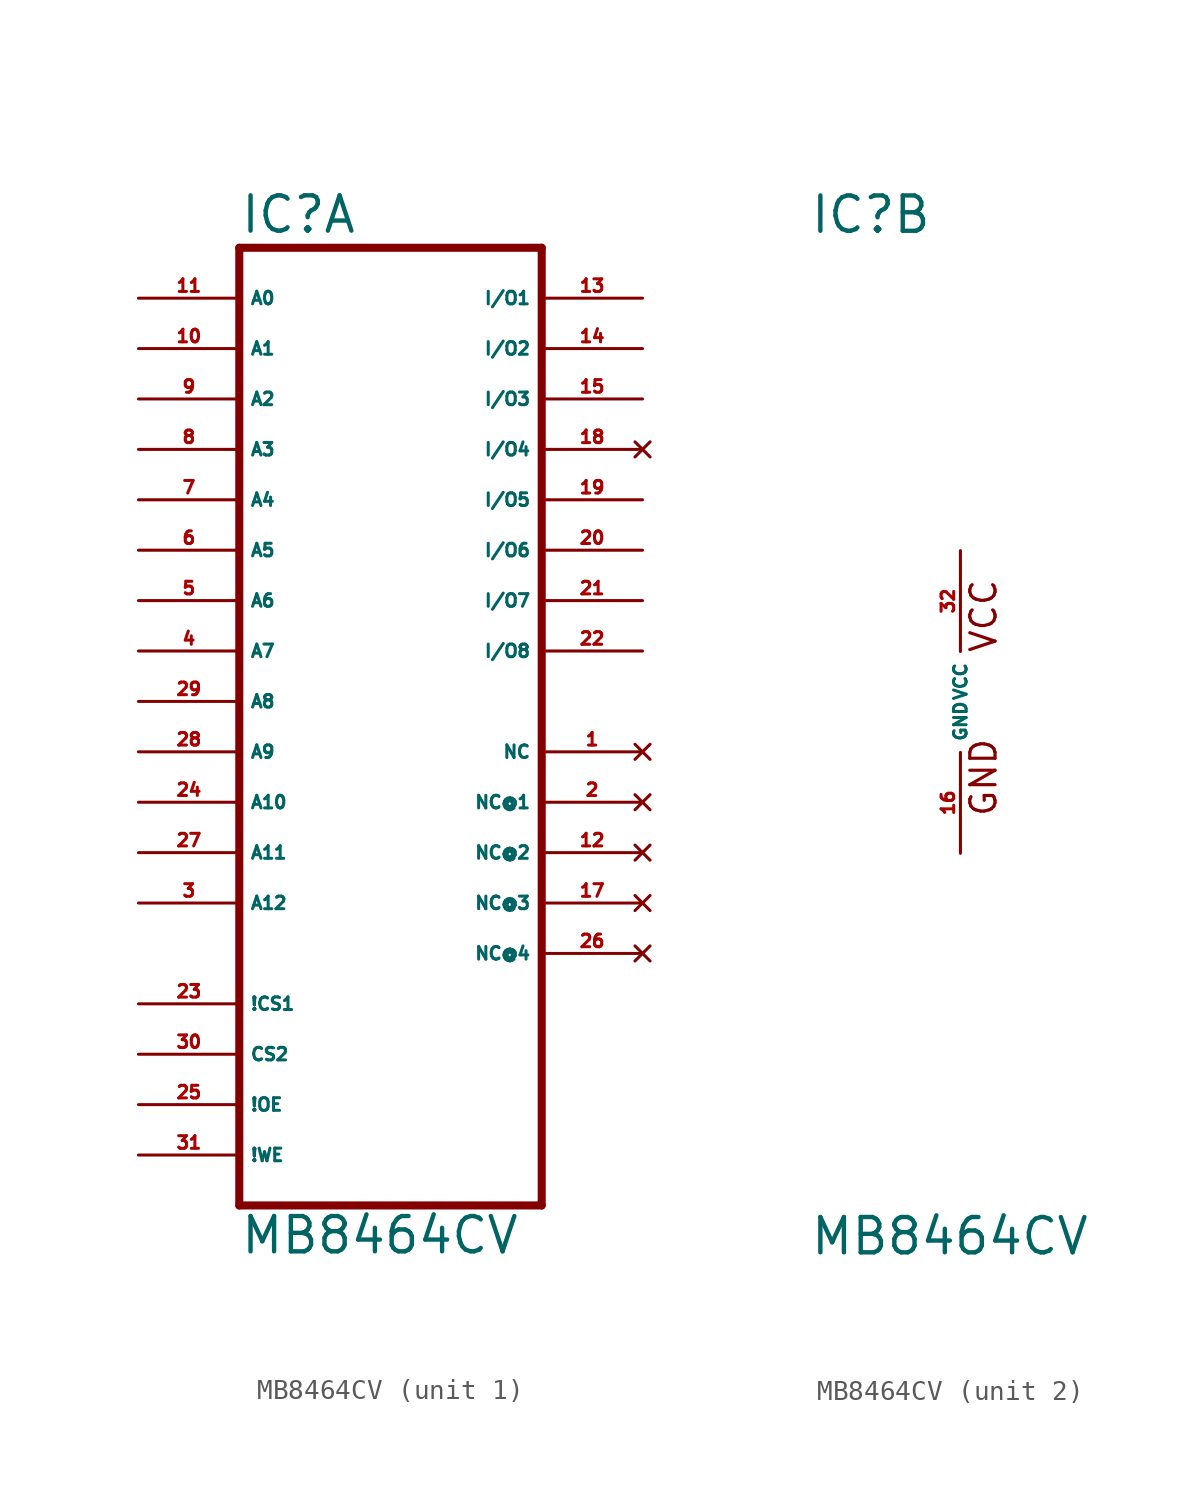
<source format=kicad_sym>
(kicad_symbol_lib
  (version 20220914)
  (generator Eagle2Kicad)
  (symbol "MB8464CV"
    (property "Reference" "IC"
      (at -7.62 23.495 0)
      (effects (font (size 1.778 1.778) (thickness 0.22)) (justify left bottom)))
    (property "Value" "MB8464CV"
      (at -7.62 -27.94 0)
      (effects (font (size 1.778 1.778) (thickness 0.22)) (justify left bottom)))
    (symbol "MB8464CV_1_0"
      (polyline (pts (xy -7.62 -25.4) (xy -7.62 22.86)) (stroke (width 0.406) (type default)) (fill (type none)))
      (polyline (pts (xy -7.62 22.86) (xy 7.62 22.86)) (stroke (width 0.406) (type default)) (fill (type none)))
      (polyline (pts (xy 7.62 22.86) (xy 7.62 -25.4)) (stroke (width 0.406) (type default)) (fill (type none)))
      (polyline (pts (xy 7.62 -25.4) (xy -7.62 -25.4)) (stroke (width 0.406) (type default)) (fill (type none)))
      (pin input line (at -12.7 20.32 0) (length 5.08) (name "A0" (effects (font (size 0.635 0.635) (thickness 0.08)) (justify left bottom))) (number "11" (effects (font (size 0.635 0.635) (thickness 0.08)) (justify left bottom))))
      (pin input line (at -12.7 17.78 0) (length 5.08) (name "A1" (effects (font (size 0.635 0.635) (thickness 0.08)) (justify left bottom))) (number "10" (effects (font (size 0.635 0.635) (thickness 0.08)) (justify left bottom))))
      (pin input line (at -12.7 15.24 0) (length 5.08) (name "A2" (effects (font (size 0.635 0.635) (thickness 0.08)) (justify left bottom))) (number "9" (effects (font (size 0.635 0.635) (thickness 0.08)) (justify left bottom))))
      (pin input line (at -12.7 12.7 0) (length 5.08) (name "A3" (effects (font (size 0.635 0.635) (thickness 0.08)) (justify left bottom))) (number "8" (effects (font (size 0.635 0.635) (thickness 0.08)) (justify left bottom))))
      (pin input line (at -12.7 10.16 0) (length 5.08) (name "A4" (effects (font (size 0.635 0.635) (thickness 0.08)) (justify left bottom))) (number "7" (effects (font (size 0.635 0.635) (thickness 0.08)) (justify left bottom))))
      (pin input line (at -12.7 5.08 0) (length 5.08) (name "A6" (effects (font (size 0.635 0.635) (thickness 0.08)) (justify left bottom))) (number "5" (effects (font (size 0.635 0.635) (thickness 0.08)) (justify left bottom))))
      (pin input line (at -12.7 7.62 0) (length 5.08) (name "A5" (effects (font (size 0.635 0.635) (thickness 0.08)) (justify left bottom))) (number "6" (effects (font (size 0.635 0.635) (thickness 0.08)) (justify left bottom))))
      (pin input line (at -12.7 2.54 0) (length 5.08) (name "A7" (effects (font (size 0.635 0.635) (thickness 0.08)) (justify left bottom))) (number "4" (effects (font (size 0.635 0.635) (thickness 0.08)) (justify left bottom))))
      (pin input line (at -12.7 0 0) (length 5.08) (name "A8" (effects (font (size 0.635 0.635) (thickness 0.08)) (justify left bottom))) (number "29" (effects (font (size 0.635 0.635) (thickness 0.08)) (justify left bottom))))
      (pin input line (at -12.7 -2.54 0) (length 5.08) (name "A9" (effects (font (size 0.635 0.635) (thickness 0.08)) (justify left bottom))) (number "28" (effects (font (size 0.635 0.635) (thickness 0.08)) (justify left bottom))))
      (pin input line (at -12.7 -5.08 0) (length 5.08) (name "A10" (effects (font (size 0.635 0.635) (thickness 0.08)) (justify left bottom))) (number "24" (effects (font (size 0.635 0.635) (thickness 0.08)) (justify left bottom))))
      (pin input line (at -12.7 -7.62 0) (length 5.08) (name "A11" (effects (font (size 0.635 0.635) (thickness 0.08)) (justify left bottom))) (number "27" (effects (font (size 0.635 0.635) (thickness 0.08)) (justify left bottom))))
      (pin bidirectional line (at 12.7 20.32 180) (length 5.08) (name "I/O1" (effects (font (size 0.635 0.635) (thickness 0.08)) (justify left bottom))) (number "13" (effects (font (size 0.635 0.635) (thickness 0.08)) (justify left bottom))))
      (pin bidirectional line (at 12.7 17.78 180) (length 5.08) (name "I/O2" (effects (font (size 0.635 0.635) (thickness 0.08)) (justify left bottom))) (number "14" (effects (font (size 0.635 0.635) (thickness 0.08)) (justify left bottom))))
      (pin bidirectional line (at 12.7 15.24 180) (length 5.08) (name "I/O3" (effects (font (size 0.635 0.635) (thickness 0.08)) (justify left bottom))) (number "15" (effects (font (size 0.635 0.635) (thickness 0.08)) (justify left bottom))))
      (pin no_connect line (at 12.7 12.7 180) (length 5.08) (name "I/O4" (effects (font (size 0.635 0.635) (thickness 0.08)) (justify left bottom) hide)) (number "18" (effects (font (size 0.635 0.635) (thickness 0.08)) (justify left bottom) hide)))
      (pin input line (at -12.7 -15.24 0) (length 5.08) (name "!CS1" (effects (font (size 0.635 0.635) (thickness 0.08)) (justify left bottom))) (number "23" (effects (font (size 0.635 0.635) (thickness 0.08)) (justify left bottom))))
      (pin input line (at -12.7 -17.78 0) (length 5.08) (name "CS2" (effects (font (size 0.635 0.635) (thickness 0.08)) (justify left bottom))) (number "30" (effects (font (size 0.635 0.635) (thickness 0.08)) (justify left bottom))))
      (pin input line (at -12.7 -10.16 0) (length 5.08) (name "A12" (effects (font (size 0.635 0.635) (thickness 0.08)) (justify left bottom))) (number "3" (effects (font (size 0.635 0.635) (thickness 0.08)) (justify left bottom))))
      (pin no_connect line (at 12.7 -2.54 180) (length 5.08) (name "NC" (effects (font (size 0.635 0.635) (thickness 0.08)) (justify left bottom) hide)) (number "1" (effects (font (size 0.635 0.635) (thickness 0.08)) (justify left bottom) hide)))
      (pin input line (at -12.7 -20.32 0) (length 5.08) (name "!OE" (effects (font (size 0.635 0.635) (thickness 0.08)) (justify left bottom))) (number "25" (effects (font (size 0.635 0.635) (thickness 0.08)) (justify left bottom))))
      (pin bidirectional line (at 12.7 7.62 180) (length 5.08) (name "I/O6" (effects (font (size 0.635 0.635) (thickness 0.08)) (justify left bottom))) (number "20" (effects (font (size 0.635 0.635) (thickness 0.08)) (justify left bottom))))
      (pin input line (at -12.7 -22.86 0) (length 5.08) (name "!WE" (effects (font (size 0.635 0.635) (thickness 0.08)) (justify left bottom))) (number "31" (effects (font (size 0.635 0.635) (thickness 0.08)) (justify left bottom))))
      (pin bidirectional line (at 12.7 10.16 180) (length 5.08) (name "I/O5" (effects (font (size 0.635 0.635) (thickness 0.08)) (justify left bottom))) (number "19" (effects (font (size 0.635 0.635) (thickness 0.08)) (justify left bottom))))
      (pin bidirectional line (at 12.7 5.08 180) (length 5.08) (name "I/O7" (effects (font (size 0.635 0.635) (thickness 0.08)) (justify left bottom))) (number "21" (effects (font (size 0.635 0.635) (thickness 0.08)) (justify left bottom))))
      (pin bidirectional line (at 12.7 2.54 180) (length 5.08) (name "I/O8" (effects (font (size 0.635 0.635) (thickness 0.08)) (justify left bottom))) (number "22" (effects (font (size 0.635 0.635) (thickness 0.08)) (justify left bottom))))
      (pin no_connect line (at 12.7 -5.08 180) (length 5.08) (name "NC@1" (effects (font (size 0.635 0.635) (thickness 0.08)) (justify left bottom) hide)) (number "2" (effects (font (size 0.635 0.635) (thickness 0.08)) (justify left bottom) hide)))
      (pin no_connect line (at 12.7 -7.62 180) (length 5.08) (name "NC@2" (effects (font (size 0.635 0.635) (thickness 0.08)) (justify left bottom) hide)) (number "12" (effects (font (size 0.635 0.635) (thickness 0.08)) (justify left bottom) hide)))
      (pin no_connect line (at 12.7 -10.16 180) (length 5.08) (name "NC@3" (effects (font (size 0.635 0.635) (thickness 0.08)) (justify left bottom) hide)) (number "17" (effects (font (size 0.635 0.635) (thickness 0.08)) (justify left bottom) hide)))
      (pin no_connect line (at 12.7 -12.7 180) (length 5.08) (name "NC@4" (effects (font (size 0.635 0.635) (thickness 0.08)) (justify left bottom) hide)) (number "26" (effects (font (size 0.635 0.635) (thickness 0.08)) (justify left bottom) hide))))
    (symbol "MB8464CV_2_0"
      (text "VCC" (at 1.905 2.413 900) (effects (font (size 1.27 1.27) (thickness 0.16)) (justify left bottom)))
      (text "GND" (at 1.905 -5.842 900) (effects (font (size 1.27 1.27) (thickness 0.16)) (justify left bottom)))
      (pin unspecified line (at 0 -7.62 90) (length 5.08) (name "GND" (effects (font (size 0.635 0.635) (thickness 0.08)) (justify left bottom))) (number "16" (effects (font (size 0.635 0.635) (thickness 0.08)) (justify left bottom))))
      (pin unspecified line (at 0 7.62 270) (length 5.08) (name "VCC" (effects (font (size 0.635 0.635) (thickness 0.08)) (justify left bottom))) (number "32" (effects (font (size 0.635 0.635) (thickness 0.08)) (justify left bottom)))))))
</source>
